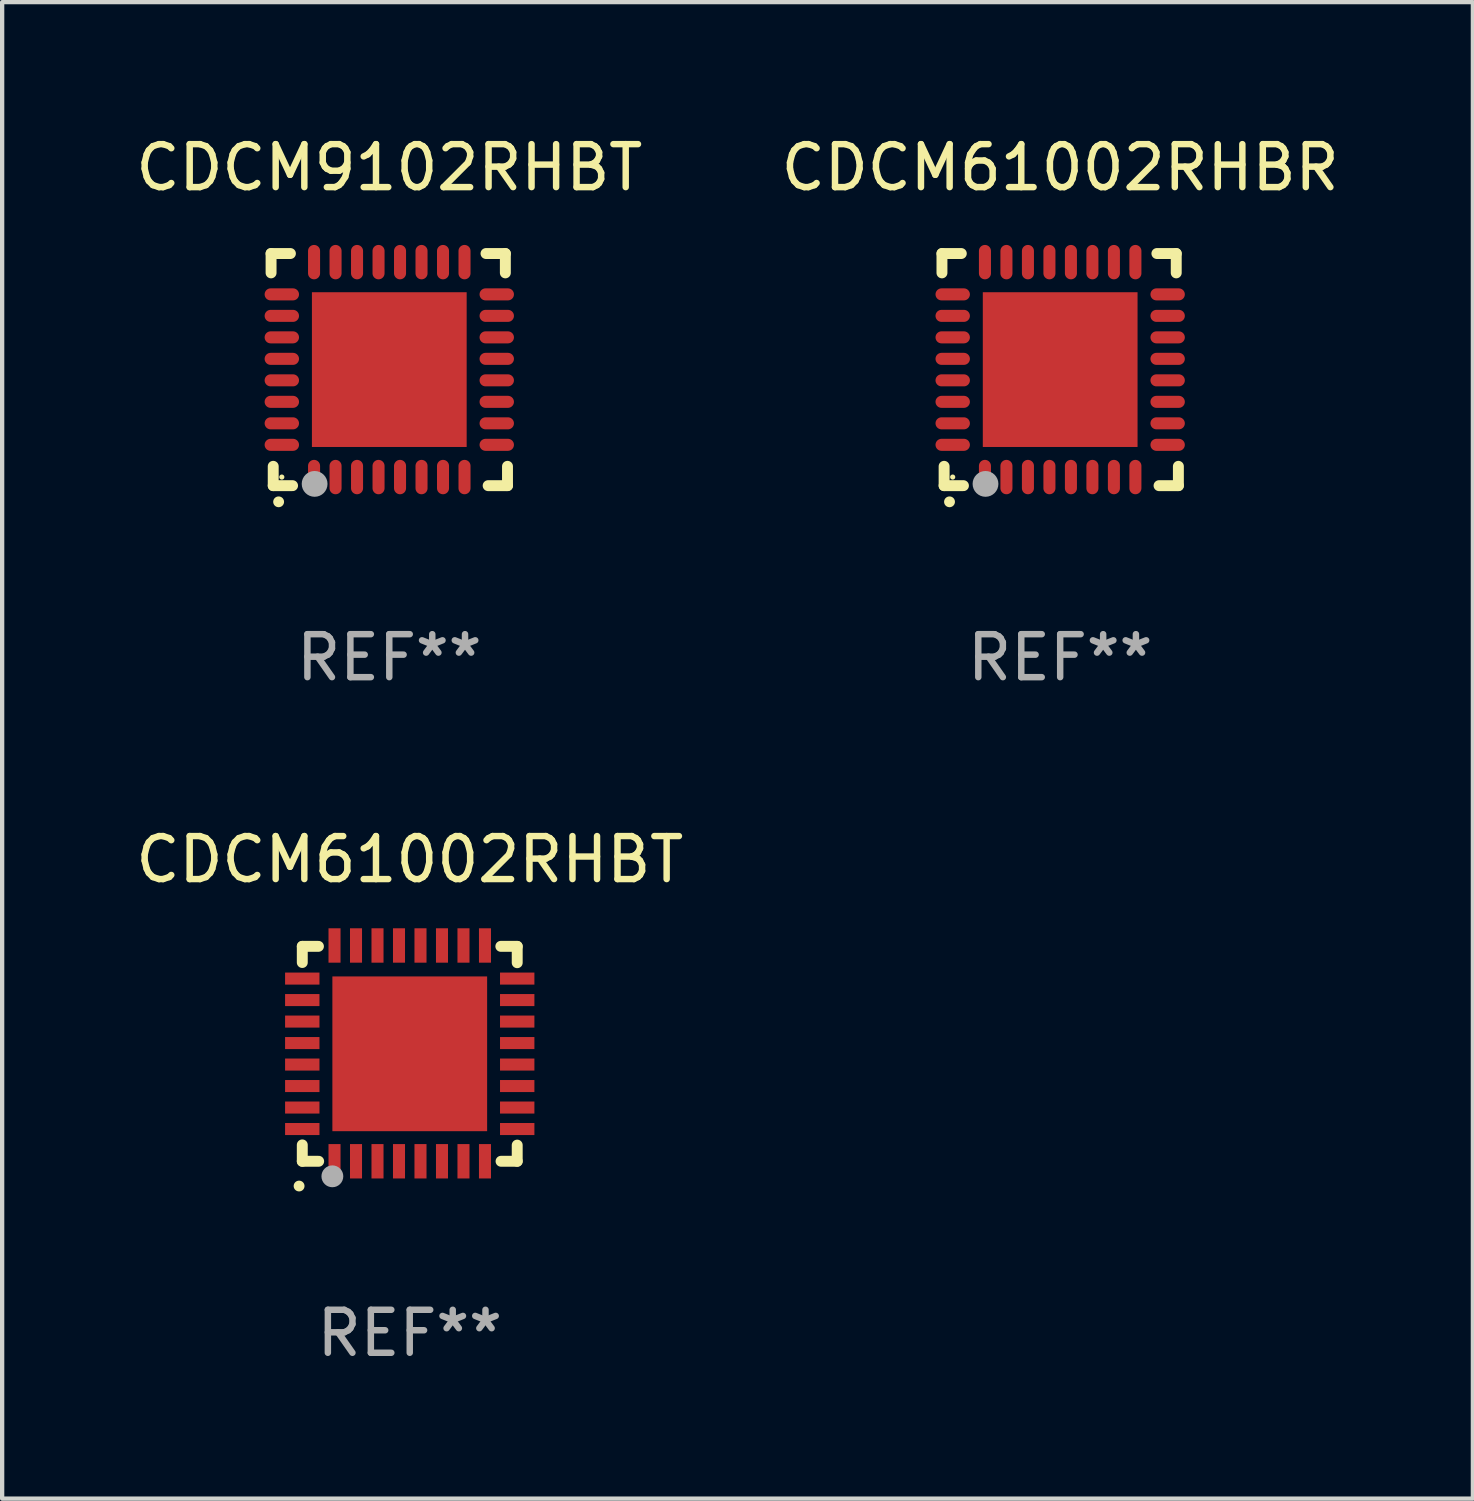
<source format=kicad_pcb>
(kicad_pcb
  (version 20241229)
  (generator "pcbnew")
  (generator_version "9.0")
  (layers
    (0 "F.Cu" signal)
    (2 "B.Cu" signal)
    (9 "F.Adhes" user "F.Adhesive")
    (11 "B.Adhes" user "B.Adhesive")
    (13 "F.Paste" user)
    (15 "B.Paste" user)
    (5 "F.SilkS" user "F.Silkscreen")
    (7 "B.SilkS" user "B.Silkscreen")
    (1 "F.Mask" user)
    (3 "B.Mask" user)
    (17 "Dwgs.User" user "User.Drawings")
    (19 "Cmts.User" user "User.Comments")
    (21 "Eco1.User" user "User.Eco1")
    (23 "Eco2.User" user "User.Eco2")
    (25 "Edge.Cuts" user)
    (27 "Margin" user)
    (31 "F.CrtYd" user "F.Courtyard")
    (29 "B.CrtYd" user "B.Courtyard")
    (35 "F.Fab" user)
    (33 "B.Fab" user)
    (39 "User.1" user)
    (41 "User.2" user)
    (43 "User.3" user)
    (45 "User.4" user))
  (footprint "CDCM9102RHBT"
    (layer "F.Cu")
    (at 6.006 5.548)
    (property "Reference" "CDCM9102RHBT" (at 0 -4.7 0) (layer "F.SilkS") (effects (font (size 1 1) (thickness 0.15))))
    (attr through_hole)
    (fp_line (start -2.75 -2.7) (end -2.75 -2.25) (stroke (width 0.254) (type solid)) (layer "F.SilkS"))
    (fp_line (start -2.7 2.7) (end -2.7 2.25) (stroke (width 0.254) (type solid)) (layer "F.SilkS"))
    (fp_line (start -2.3 -2.7) (end -2.75 -2.7) (stroke (width 0.254) (type solid)) (layer "F.SilkS"))
    (fp_line (start -2.25 2.7) (end -2.7 2.7) (stroke (width 0.254) (type solid)) (layer "F.SilkS"))
    (fp_line (start 2.3 2.7) (end 2.75 2.7) (stroke (width 0.254) (type solid)) (layer "F.SilkS"))
    (fp_line (start 2.7 -2.7) (end 2.25 -2.7) (stroke (width 0.254) (type solid)) (layer "F.SilkS"))
    (fp_line (start 2.7 -2.25) (end 2.7 -2.7) (stroke (width 0.254) (type solid)) (layer "F.SilkS"))
    (fp_line (start 2.75 2.7) (end 2.75 2.25) (stroke (width 0.254) (type solid)) (layer "F.SilkS"))
    (fp_arc (start -2.575565 3.075946) (mid -2.574295 3.07594) (end -2.573025 3.075946) (stroke (width 0.25) (type solid)) (layer "F.SilkS"))
    (fp_circle (center -2.5 2.5) (end -2.47 2.5) (stroke (width 0.06) (type solid)) (fill no) (layer "F.SilkS"))
    (fp_circle (center -1.737 2.659) (end -1.587 2.659) (stroke (width 0.3) (type solid)) (fill no) (layer "F.Fab"))
    (fp_text user "REF**" (at 0 6.7 0) (layer "F.Fab") (effects (font (size 1 1) (thickness 0.15))))
    (pad "1" smd oval (at -1.75 2.5) (size 0.28 0.8) (layers "F.Cu" "F.Mask" "F.Paste"))
    (pad "2" smd oval (at -1.25 2.5) (size 0.28 0.8) (layers "F.Cu" "F.Mask" "F.Paste"))
    (pad "3" smd oval (at -0.75 2.5) (size 0.28 0.8) (layers "F.Cu" "F.Mask" "F.Paste"))
    (pad "4" smd oval (at -0.25 2.5) (size 0.28 0.8) (layers "F.Cu" "F.Mask" "F.Paste"))
    (pad "5" smd oval (at 0.25 2.5) (size 0.28 0.8) (layers "F.Cu" "F.Mask" "F.Paste"))
    (pad "6" smd oval (at 0.75 2.5) (size 0.28 0.8) (layers "F.Cu" "F.Mask" "F.Paste"))
    (pad "7" smd oval (at 1.25 2.5) (size 0.28 0.8) (layers "F.Cu" "F.Mask" "F.Paste"))
    (pad "8" smd oval (at 1.75 2.5) (size 0.28 0.8) (layers "F.Cu" "F.Mask" "F.Paste"))
    (pad "9" smd oval (at 2.5 1.75) (size 0.8 0.28) (layers "F.Cu" "F.Mask" "F.Paste"))
    (pad "10" smd oval (at 2.5 1.25) (size 0.8 0.28) (layers "F.Cu" "F.Mask" "F.Paste"))
    (pad "11" smd oval (at 2.5 0.75) (size 0.8 0.28) (layers "F.Cu" "F.Mask" "F.Paste"))
    (pad "12" smd oval (at 2.5 0.25) (size 0.8 0.28) (layers "F.Cu" "F.Mask" "F.Paste"))
    (pad "13" smd oval (at 2.5 -0.25) (size 0.8 0.28) (layers "F.Cu" "F.Mask" "F.Paste"))
    (pad "14" smd oval (at 2.5 -0.75) (size 0.8 0.28) (layers "F.Cu" "F.Mask" "F.Paste"))
    (pad "15" smd oval (at 2.5 -1.25) (size 0.8 0.28) (layers "F.Cu" "F.Mask" "F.Paste"))
    (pad "16" smd oval (at 2.5 -1.75) (size 0.8 0.28) (layers "F.Cu" "F.Mask" "F.Paste"))
    (pad "17" smd oval (at 1.75 -2.5) (size 0.28 0.8) (layers "F.Cu" "F.Mask" "F.Paste"))
    (pad "18" smd oval (at 1.25 -2.5) (size 0.28 0.8) (layers "F.Cu" "F.Mask" "F.Paste"))
    (pad "19" smd oval (at 0.75 -2.5) (size 0.28 0.8) (layers "F.Cu" "F.Mask" "F.Paste"))
    (pad "20" smd oval (at 0.25 -2.5) (size 0.28 0.8) (layers "F.Cu" "F.Mask" "F.Paste"))
    (pad "21" smd oval (at -0.25 -2.5) (size 0.28 0.8) (layers "F.Cu" "F.Mask" "F.Paste"))
    (pad "22" smd oval (at -0.75 -2.5) (size 0.28 0.8) (layers "F.Cu" "F.Mask" "F.Paste"))
    (pad "23" smd oval (at -1.25 -2.5) (size 0.28 0.8) (layers "F.Cu" "F.Mask" "F.Paste"))
    (pad "24" smd oval (at -1.75 -2.5) (size 0.28 0.8) (layers "F.Cu" "F.Mask" "F.Paste"))
    (pad "25" smd oval (at -2.5 -1.75) (size 0.8 0.28) (layers "F.Cu" "F.Mask" "F.Paste"))
    (pad "26" smd oval (at -2.5 -1.25) (size 0.8 0.28) (layers "F.Cu" "F.Mask" "F.Paste"))
    (pad "27" smd oval (at -2.5 -0.75) (size 0.8 0.28) (layers "F.Cu" "F.Mask" "F.Paste"))
    (pad "28" smd oval (at -2.5 -0.25) (size 0.8 0.28) (layers "F.Cu" "F.Mask" "F.Paste"))
    (pad "29" smd oval (at -2.5 0.25) (size 0.8 0.28) (layers "F.Cu" "F.Mask" "F.Paste"))
    (pad "30" smd oval (at -2.5 0.75) (size 0.8 0.28) (layers "F.Cu" "F.Mask" "F.Paste"))
    (pad "31" smd oval (at -2.5 1.25) (size 0.8 0.28) (layers "F.Cu" "F.Mask" "F.Paste"))
    (pad "32" smd oval (at -2.5 1.75) (size 0.8 0.28) (layers "F.Cu" "F.Mask" "F.Paste"))
    (pad "33" smd rect (at 0.000076 0.000076) (size 3.6 3.6) (layers "F.Cu" "F.Mask" "F.Paste")))
  (footprint "CDCM61002RHBT"
    (layer "F.Cu")
    (at 6.482 21.455)
    (property "Reference" "CDCM61002RHBT" (at 0 -4.51 0) (layer "F.SilkS") (effects (font (size 1 1) (thickness 0.15))))
    (attr through_hole)
    (fp_line (start -2.5 -2.49) (end -2.124 -2.49) (stroke (width 0.254) (type solid)) (layer "F.SilkS"))
    (fp_line (start -2.5 -2.114) (end -2.5 -2.49) (stroke (width 0.254) (type solid)) (layer "F.SilkS"))
    (fp_line (start -2.5 2.51) (end -2.5 2.129) (stroke (width 0.254) (type solid)) (layer "F.SilkS"))
    (fp_line (start -2.5 2.51) (end -2.119 2.51) (stroke (width 0.254) (type solid)) (layer "F.SilkS"))
    (fp_line (start 2.119 -2.49) (end 2.5 -2.49) (stroke (width 0.254) (type solid)) (layer "F.SilkS"))
    (fp_line (start 2.124 2.51) (end 2.5 2.51) (stroke (width 0.254) (type solid)) (layer "F.SilkS"))
    (fp_line (start 2.5 -2.49) (end 2.5 -2.109) (stroke (width 0.254) (type solid)) (layer "F.SilkS"))
    (fp_line (start 2.5 2.134) (end 2.5 2.51) (stroke (width 0.254) (type solid)) (layer "F.SilkS"))
    (fp_arc (start -2.57554 3.086005) (mid -2.57427 3.085999) (end -2.573 3.086005) (stroke (width 0.25) (type solid)) (layer "F.SilkS"))
    (fp_circle (center -2.5 2.5) (end -2.45 2.5) (stroke (width 0.1) (type solid)) (fill no) (layer "F.SilkS"))
    (fp_circle (center -1.8 2.86) (end -1.673 2.86) (stroke (width 0.254) (type solid)) (fill no) (layer "F.Fab"))
    (fp_text user "REF**" (at 0 6.51 0) (layer "F.Fab") (effects (font (size 1 1) (thickness 0.15))))
    (pad "1" smd rect (at -1.75 2.51) (size 0.28 0.8) (layers "F.Cu" "F.Mask" "F.Paste"))
    (pad "2" smd rect (at -1.25 2.51) (size 0.28 0.8) (layers "F.Cu" "F.Mask" "F.Paste"))
    (pad "3" smd rect (at -0.75 2.51) (size 0.28 0.8) (layers "F.Cu" "F.Mask" "F.Paste"))
    (pad "4" smd rect (at -0.25 2.51) (size 0.28 0.8) (layers "F.Cu" "F.Mask" "F.Paste"))
    (pad "5" smd rect (at 0.25 2.51) (size 0.28 0.8) (layers "F.Cu" "F.Mask" "F.Paste"))
    (pad "6" smd rect (at 0.75 2.51) (size 0.28 0.8) (layers "F.Cu" "F.Mask" "F.Paste"))
    (pad "7" smd rect (at 1.25 2.51) (size 0.28 0.8) (layers "F.Cu" "F.Mask" "F.Paste"))
    (pad "8" smd rect (at 1.75 2.51) (size 0.28 0.8) (layers "F.Cu" "F.Mask" "F.Paste"))
    (pad "9" smd rect (at 2.5 1.76) (size 0.8 0.28) (layers "F.Cu" "F.Mask" "F.Paste"))
    (pad "10" smd rect (at 2.5 1.26) (size 0.8 0.28) (layers "F.Cu" "F.Mask" "F.Paste"))
    (pad "11" smd rect (at 2.5 0.76) (size 0.8 0.28) (layers "F.Cu" "F.Mask" "F.Paste"))
    (pad "12" smd rect (at 2.5 0.26) (size 0.8 0.28) (layers "F.Cu" "F.Mask" "F.Paste"))
    (pad "13" smd rect (at 2.5 -0.24) (size 0.8 0.28) (layers "F.Cu" "F.Mask" "F.Paste"))
    (pad "14" smd rect (at 2.5 -0.74) (size 0.8 0.28) (layers "F.Cu" "F.Mask" "F.Paste"))
    (pad "15" smd rect (at 2.5 -1.24) (size 0.8 0.28) (layers "F.Cu" "F.Mask" "F.Paste"))
    (pad "16" smd rect (at 2.5 -1.74) (size 0.8 0.28) (layers "F.Cu" "F.Mask" "F.Paste"))
    (pad "17" smd rect (at 1.75 -2.51) (size 0.28 0.8) (layers "F.Cu" "F.Mask" "F.Paste"))
    (pad "18" smd rect (at 1.25 -2.51) (size 0.28 0.8) (layers "F.Cu" "F.Mask" "F.Paste"))
    (pad "19" smd rect (at 0.75 -2.51) (size 0.28 0.8) (layers "F.Cu" "F.Mask" "F.Paste"))
    (pad "20" smd rect (at 0.25 -2.51) (size 0.28 0.8) (layers "F.Cu" "F.Mask" "F.Paste"))
    (pad "21" smd rect (at -0.25 -2.51) (size 0.28 0.8) (layers "F.Cu" "F.Mask" "F.Paste"))
    (pad "22" smd rect (at -0.75 -2.51) (size 0.28 0.8) (layers "F.Cu" "F.Mask" "F.Paste"))
    (pad "23" smd rect (at -1.25 -2.51) (size 0.28 0.8) (layers "F.Cu" "F.Mask" "F.Paste"))
    (pad "24" smd rect (at -1.75 -2.51) (size 0.28 0.8) (layers "F.Cu" "F.Mask" "F.Paste"))
    (pad "25" smd rect (at -2.5 -1.74) (size 0.8 0.28) (layers "F.Cu" "F.Mask" "F.Paste"))
    (pad "26" smd rect (at -2.5 -1.24) (size 0.8 0.28) (layers "F.Cu" "F.Mask" "F.Paste"))
    (pad "27" smd rect (at -2.5 -0.74) (size 0.8 0.28) (layers "F.Cu" "F.Mask" "F.Paste"))
    (pad "28" smd rect (at -2.5 -0.24) (size 0.8 0.28) (layers "F.Cu" "F.Mask" "F.Paste"))
    (pad "29" smd rect (at -2.5 0.26) (size 0.8 0.28) (layers "F.Cu" "F.Mask" "F.Paste"))
    (pad "30" smd rect (at -2.5 0.76) (size 0.8 0.28) (layers "F.Cu" "F.Mask" "F.Paste"))
    (pad "31" smd rect (at -2.5 1.26) (size 0.8 0.28) (layers "F.Cu" "F.Mask" "F.Paste"))
    (pad "32" smd rect (at -2.5 1.76) (size 0.8 0.28) (layers "F.Cu" "F.Mask" "F.Paste"))
    (pad "33" smd rect (at 0.000102 0.01) (size 3.6 3.6) (layers "F.Cu" "F.Mask" "F.Paste")))
  (footprint "CDCM61002RHBR"
    (layer "F.Cu")
    (at 21.613 5.548)
    (property "Reference" "CDCM61002RHBR" (at 0 -4.7 0) (layer "F.SilkS") (effects (font (size 1 1) (thickness 0.15))))
    (attr through_hole)
    (fp_line (start -2.75 -2.7) (end -2.75 -2.25) (stroke (width 0.254) (type solid)) (layer "F.SilkS"))
    (fp_line (start -2.7 2.7) (end -2.7 2.25) (stroke (width 0.254) (type solid)) (layer "F.SilkS"))
    (fp_line (start -2.3 -2.7) (end -2.75 -2.7) (stroke (width 0.254) (type solid)) (layer "F.SilkS"))
    (fp_line (start -2.25 2.7) (end -2.7 2.7) (stroke (width 0.254) (type solid)) (layer "F.SilkS"))
    (fp_line (start 2.3 2.7) (end 2.75 2.7) (stroke (width 0.254) (type solid)) (layer "F.SilkS"))
    (fp_line (start 2.7 -2.7) (end 2.25 -2.7) (stroke (width 0.254) (type solid)) (layer "F.SilkS"))
    (fp_line (start 2.7 -2.25) (end 2.7 -2.7) (stroke (width 0.254) (type solid)) (layer "F.SilkS"))
    (fp_line (start 2.75 2.7) (end 2.75 2.25) (stroke (width 0.254) (type solid)) (layer "F.SilkS"))
    (fp_arc (start -2.575565 3.075946) (mid -2.574295 3.07594) (end -2.573025 3.075946) (stroke (width 0.25) (type solid)) (layer "F.SilkS"))
    (fp_circle (center -2.5 2.5) (end -2.47 2.5) (stroke (width 0.06) (type solid)) (fill no) (layer "F.SilkS"))
    (fp_circle (center -1.737 2.659) (end -1.587 2.659) (stroke (width 0.3) (type solid)) (fill no) (layer "F.Fab"))
    (fp_text user "REF**" (at 0 6.7 0) (layer "F.Fab") (effects (font (size 1 1) (thickness 0.15))))
    (pad "1" smd oval (at -1.75 2.5) (size 0.28 0.8) (layers "F.Cu" "F.Mask" "F.Paste"))
    (pad "2" smd oval (at -1.25 2.5) (size 0.28 0.8) (layers "F.Cu" "F.Mask" "F.Paste"))
    (pad "3" smd oval (at -0.75 2.5) (size 0.28 0.8) (layers "F.Cu" "F.Mask" "F.Paste"))
    (pad "4" smd oval (at -0.25 2.5) (size 0.28 0.8) (layers "F.Cu" "F.Mask" "F.Paste"))
    (pad "5" smd oval (at 0.25 2.5) (size 0.28 0.8) (layers "F.Cu" "F.Mask" "F.Paste"))
    (pad "6" smd oval (at 0.75 2.5) (size 0.28 0.8) (layers "F.Cu" "F.Mask" "F.Paste"))
    (pad "7" smd oval (at 1.25 2.5) (size 0.28 0.8) (layers "F.Cu" "F.Mask" "F.Paste"))
    (pad "8" smd oval (at 1.75 2.5) (size 0.28 0.8) (layers "F.Cu" "F.Mask" "F.Paste"))
    (pad "9" smd oval (at 2.5 1.75) (size 0.8 0.28) (layers "F.Cu" "F.Mask" "F.Paste"))
    (pad "10" smd oval (at 2.5 1.25) (size 0.8 0.28) (layers "F.Cu" "F.Mask" "F.Paste"))
    (pad "11" smd oval (at 2.5 0.75) (size 0.8 0.28) (layers "F.Cu" "F.Mask" "F.Paste"))
    (pad "12" smd oval (at 2.5 0.25) (size 0.8 0.28) (layers "F.Cu" "F.Mask" "F.Paste"))
    (pad "13" smd oval (at 2.5 -0.25) (size 0.8 0.28) (layers "F.Cu" "F.Mask" "F.Paste"))
    (pad "14" smd oval (at 2.5 -0.75) (size 0.8 0.28) (layers "F.Cu" "F.Mask" "F.Paste"))
    (pad "15" smd oval (at 2.5 -1.25) (size 0.8 0.28) (layers "F.Cu" "F.Mask" "F.Paste"))
    (pad "16" smd oval (at 2.5 -1.75) (size 0.8 0.28) (layers "F.Cu" "F.Mask" "F.Paste"))
    (pad "17" smd oval (at 1.75 -2.5) (size 0.28 0.8) (layers "F.Cu" "F.Mask" "F.Paste"))
    (pad "18" smd oval (at 1.25 -2.5) (size 0.28 0.8) (layers "F.Cu" "F.Mask" "F.Paste"))
    (pad "19" smd oval (at 0.75 -2.5) (size 0.28 0.8) (layers "F.Cu" "F.Mask" "F.Paste"))
    (pad "20" smd oval (at 0.25 -2.5) (size 0.28 0.8) (layers "F.Cu" "F.Mask" "F.Paste"))
    (pad "21" smd oval (at -0.25 -2.5) (size 0.28 0.8) (layers "F.Cu" "F.Mask" "F.Paste"))
    (pad "22" smd oval (at -0.75 -2.5) (size 0.28 0.8) (layers "F.Cu" "F.Mask" "F.Paste"))
    (pad "23" smd oval (at -1.25 -2.5) (size 0.28 0.8) (layers "F.Cu" "F.Mask" "F.Paste"))
    (pad "24" smd oval (at -1.75 -2.5) (size 0.28 0.8) (layers "F.Cu" "F.Mask" "F.Paste"))
    (pad "25" smd oval (at -2.5 -1.75) (size 0.8 0.28) (layers "F.Cu" "F.Mask" "F.Paste"))
    (pad "26" smd oval (at -2.5 -1.25) (size 0.8 0.28) (layers "F.Cu" "F.Mask" "F.Paste"))
    (pad "27" smd oval (at -2.5 -0.75) (size 0.8 0.28) (layers "F.Cu" "F.Mask" "F.Paste"))
    (pad "28" smd oval (at -2.5 -0.25) (size 0.8 0.28) (layers "F.Cu" "F.Mask" "F.Paste"))
    (pad "29" smd oval (at -2.5 0.25) (size 0.8 0.28) (layers "F.Cu" "F.Mask" "F.Paste"))
    (pad "30" smd oval (at -2.5 0.75) (size 0.8 0.28) (layers "F.Cu" "F.Mask" "F.Paste"))
    (pad "31" smd oval (at -2.5 1.25) (size 0.8 0.28) (layers "F.Cu" "F.Mask" "F.Paste"))
    (pad "32" smd oval (at -2.5 1.75) (size 0.8 0.28) (layers "F.Cu" "F.Mask" "F.Paste"))
    (pad "33" smd rect (at 0.000076 0.000076) (size 3.6 3.6) (layers "F.Cu" "F.Mask" "F.Paste")))
  (gr_rect
    (start -3 -3)
    (end 31.214 31.813)
    (stroke (width 0.1) (type default))
    (fill no)
    (layer "Edge.Cuts")))
</source>
